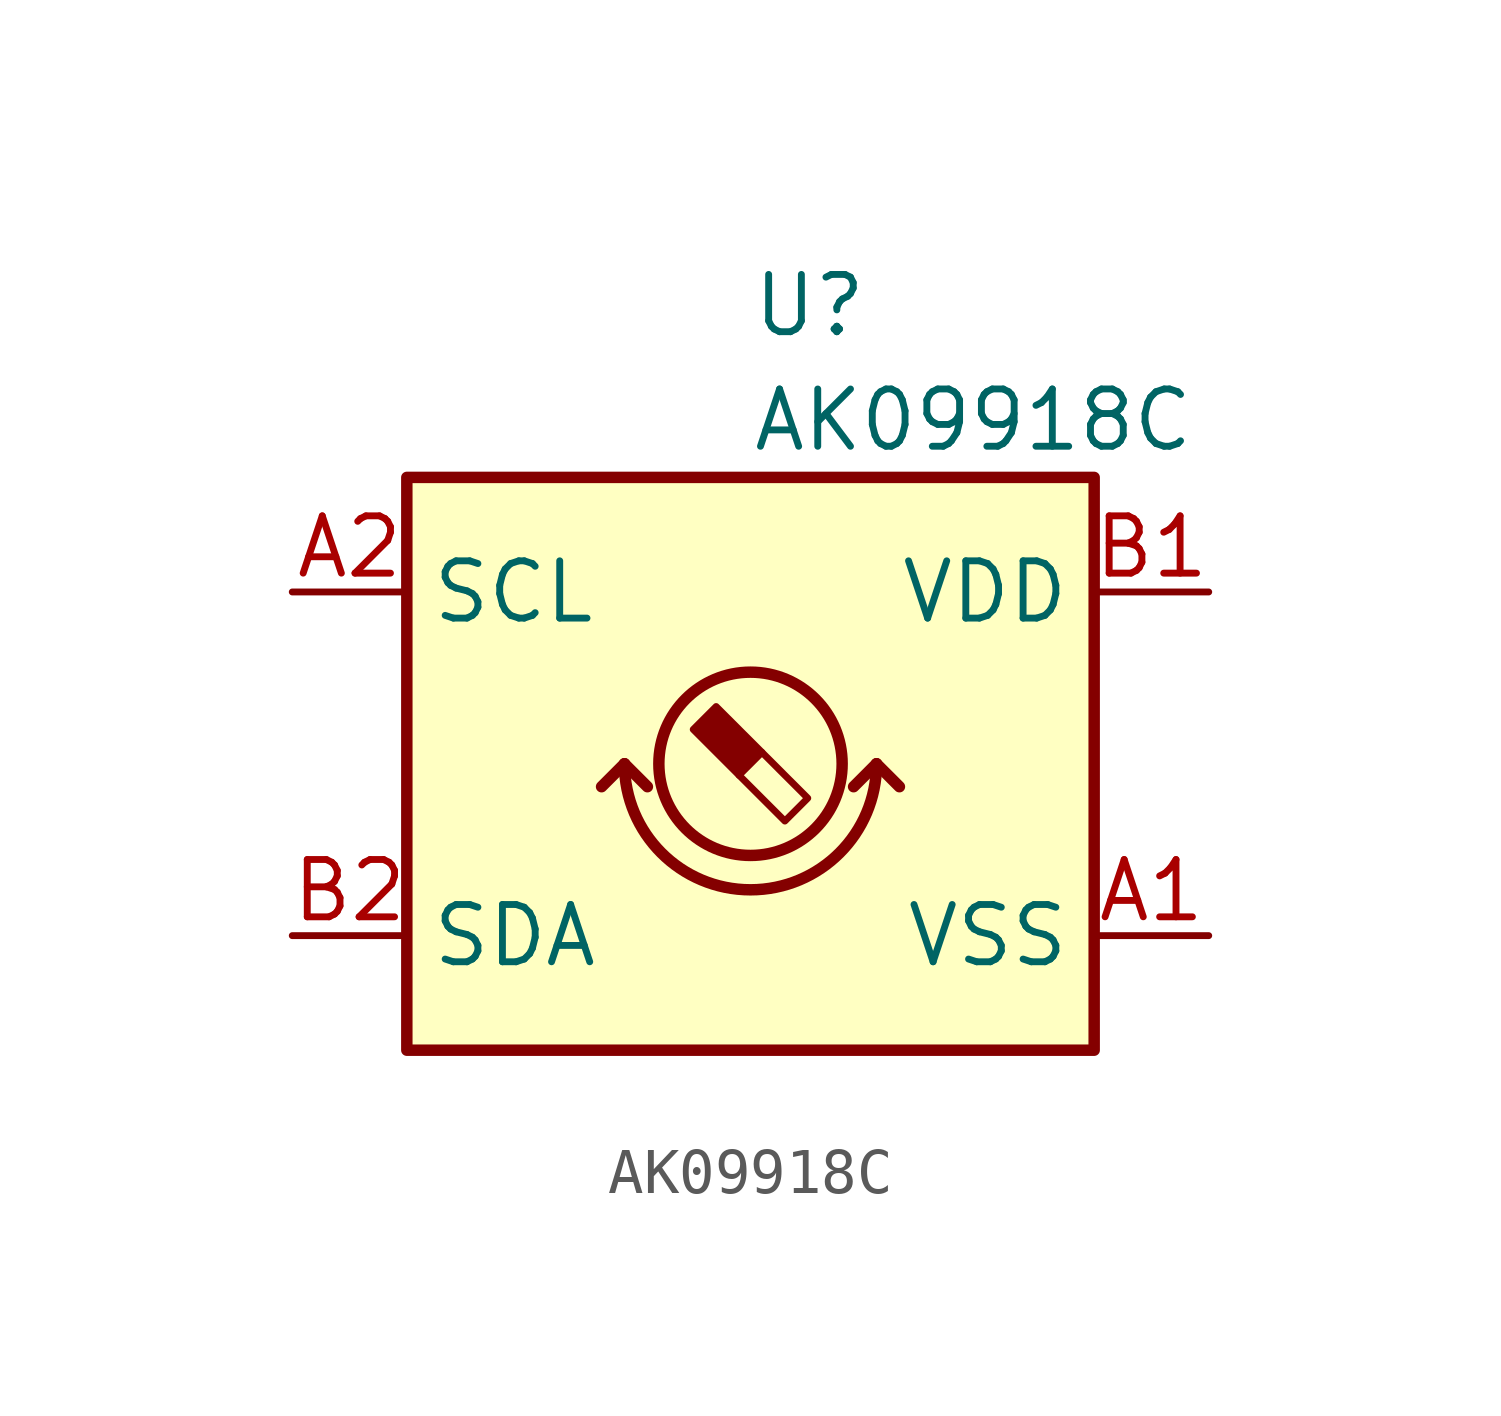
<source format=kicad_sym>
(kicad_symbol_lib
  (version 20220914)
  (generator kicad_symbol_editor)
  (symbol "AK09918C"
    (property "Reference" "U"
      (at 7.62 3.81 0)
      (effects (font (size 1.27 1.27)) (justify left)))
    (property "Value" "AK09918C"
      (at 7.62 1.27 0)
      (effects (font (size 1.27 1.27)) (justify left)))
    (symbol "AK09918C_0_1"
      (polyline (pts (xy 4.826 -6.35) (xy 4.318 -6.858)) (stroke (width 0.254) (type default)) (fill (type none)))
      (polyline (pts (xy 4.826 -6.35) (xy 5.334 -6.858)) (stroke (width 0.254) (type default)) (fill (type none)))
      (polyline (pts (xy 10.414 -6.35) (xy 9.906 -6.858)) (stroke (width 0.254) (type default)) (fill (type none)))
      (polyline (pts (xy 10.414 -6.35) (xy 10.922 -6.858)) (stroke (width 0.254) (type default)) (fill (type none)))
      (rectangle (start 0 0) (end 15.24 -12.7) (stroke (width 0.254) (type default)) (fill (type background)))
      (arc (start 4.826 -6.35) (mid 7.62 -9.1319) (end 10.414 -6.35) (stroke (width 0.254) (type default)) (fill (type none))))
    (symbol "AK09918C_1_1"
      (polyline (pts (xy 7.874 -6.096) (xy 8.89 -7.112) (xy 8.382 -7.62) (xy 7.366 -6.604)) (stroke (width 0) (type default)) (fill (type none)))
      (polyline (pts (xy 6.858 -5.08) (xy 7.874 -6.096) (xy 7.366 -6.604) (xy 6.35 -5.588) (xy 6.604 -5.334) (xy 6.858 -5.08) (xy 6.985 -5.207)) (stroke (width 0) (type default)) (fill (type outline)))
      (circle (center 7.62 -6.35) (radius 2.032) (stroke (width 0.254) (type default)) (fill (type none)))
      (pin power_in line (at 17.78 -10.16 180) (length 2.54) (name "VSS" (effects (font (size 1.27 1.27)))) (number "A1" (effects (font (size 1.27 1.27)))))
      (pin input line (at -2.54 -2.54 0) (length 2.54) (name "SCL" (effects (font (size 1.27 1.27)))) (number "A2" (effects (font (size 1.27 1.27)))))
      (pin power_in line (at 17.78 -2.54 180) (length 2.54) (name "VDD" (effects (font (size 1.27 1.27)))) (number "B1" (effects (font (size 1.27 1.27)))))
      (pin bidirectional line (at -2.54 -10.16 0) (length 2.54) (name "SDA" (effects (font (size 1.27 1.27)))) (number "B2" (effects (font (size 1.27 1.27))))))))
</source>
